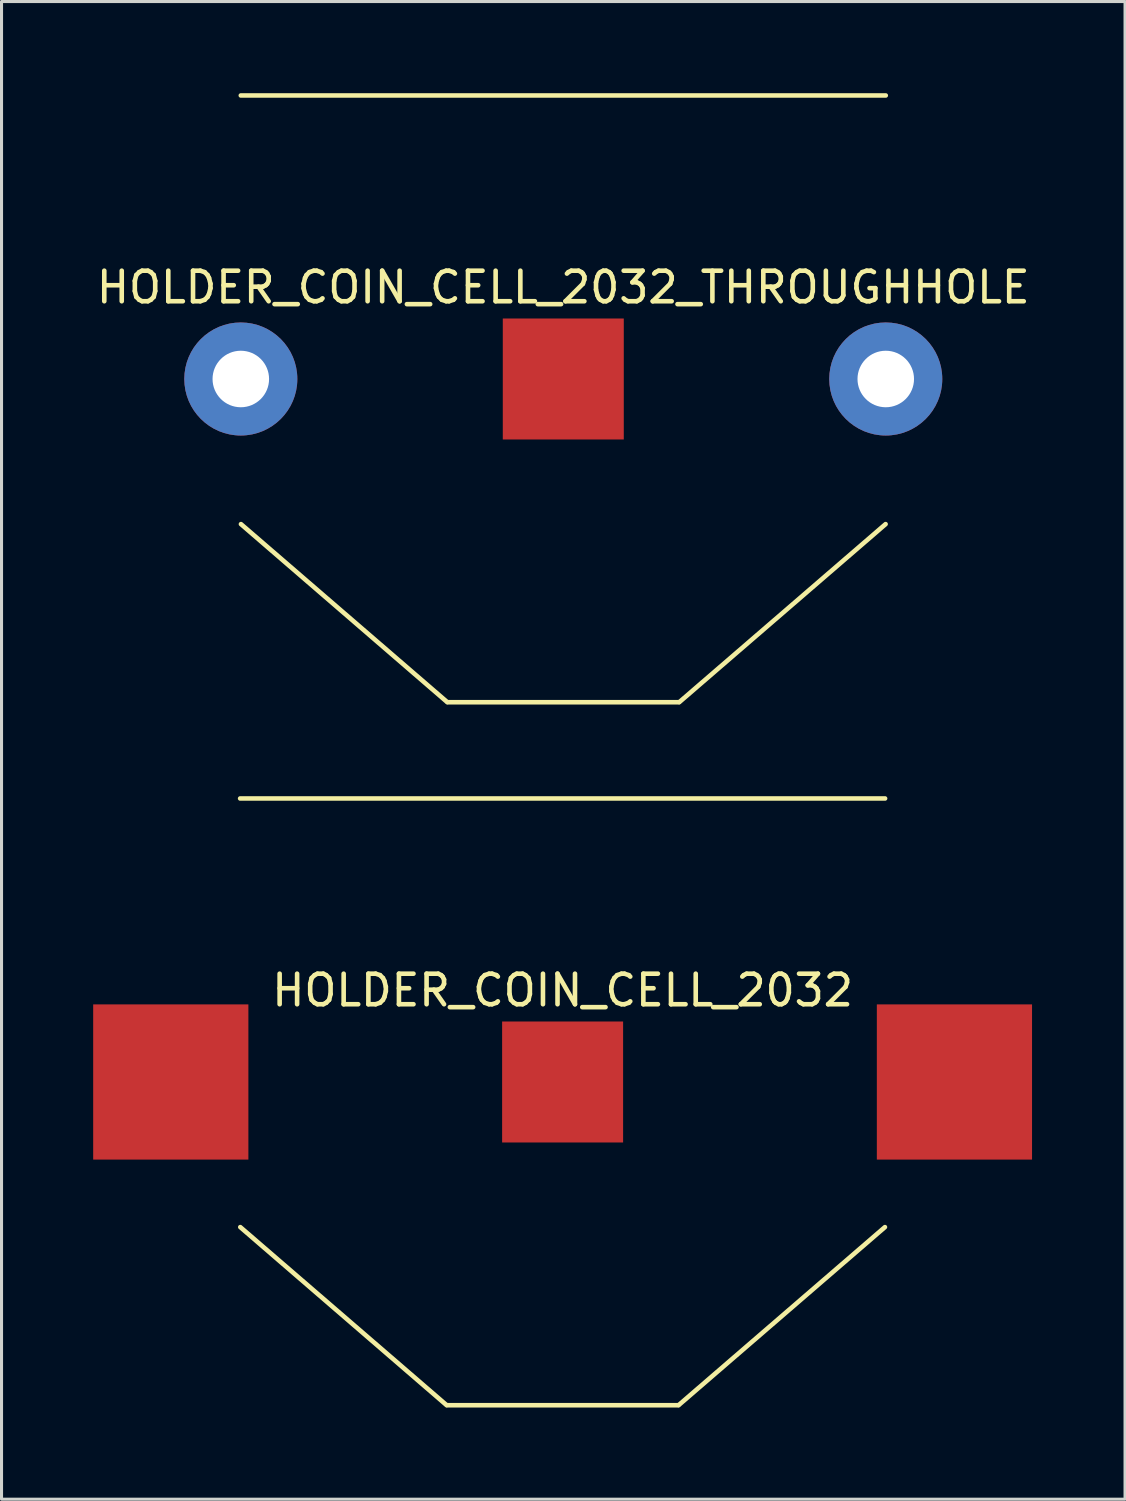
<source format=kicad_pcb>
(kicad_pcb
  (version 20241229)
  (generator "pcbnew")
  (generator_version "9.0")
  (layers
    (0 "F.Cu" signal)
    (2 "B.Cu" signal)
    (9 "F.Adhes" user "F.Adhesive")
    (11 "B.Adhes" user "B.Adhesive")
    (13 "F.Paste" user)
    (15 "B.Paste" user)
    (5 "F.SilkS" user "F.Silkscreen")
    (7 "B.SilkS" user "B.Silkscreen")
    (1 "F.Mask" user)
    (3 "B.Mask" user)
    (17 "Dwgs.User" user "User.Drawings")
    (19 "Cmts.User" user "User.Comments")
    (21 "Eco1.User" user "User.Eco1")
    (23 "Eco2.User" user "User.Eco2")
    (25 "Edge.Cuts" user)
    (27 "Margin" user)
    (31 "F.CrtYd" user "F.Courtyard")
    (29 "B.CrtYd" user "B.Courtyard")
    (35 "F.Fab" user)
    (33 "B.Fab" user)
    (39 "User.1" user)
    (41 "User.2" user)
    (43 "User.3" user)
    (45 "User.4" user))
  (footprint "HOLDER_COIN_CELL_2032_THROUGHHOLE"
    (layer "F.Cu")
    (at 15.387 9.355)
    (property "Reference" "HOLDER_COIN_CELL_2032_THROUGHHOLE" (at 0 -3 0) (layer "F.SilkS") (effects (font (size 1 1) (thickness 0.15))))
    (attr through_hole)
    (fp_line (start -10.555 -9.28) (end 10.555 -9.28) (stroke (width 0.15) (type solid)) (layer "F.SilkS"))
    (fp_line (start -3.8 10.575) (end -10.55 4.75) (stroke (width 0.15) (type solid)) (layer "F.SilkS"))
    (fp_line (start -3.785 10.58) (end 3.785 10.58) (stroke (width 0.15) (type solid)) (layer "F.SilkS"))
    (fp_line (start 3.8 10.575) (end 10.55 4.75) (stroke (width 0.15) (type solid)) (layer "F.SilkS"))
    (pad "1" thru_hole circle (at -10.555 0) (size 3.7 3.7) (drill 1.85) (layers "B.Cu" "B.Mask"))
    (pad "1" thru_hole circle (at 10.555 0) (size 3.7 3.7) (drill 1.85) (layers "B.Cu" "B.Mask"))
    (pad "2" smd rect (at 0 0) (size 3.96 3.96) (layers "F.Cu" "F.Mask" "F.Paste")))
  (footprint "HOLDER_COIN_CELL_2032"
    (layer "F.Cu")
    (at 15.365 32.365)
    (property "Reference" "HOLDER_COIN_CELL_2032" (at 0 -3 0) (layer "F.SilkS") (effects (font (size 1 1) (thickness 0.15))))
    (attr through_hole)
    (fp_line (start -10.555 -9.28) (end 10.555 -9.28) (stroke (width 0.15) (type solid)) (layer "F.SilkS"))
    (fp_line (start -3.8 10.575) (end -10.55 4.75) (stroke (width 0.15) (type solid)) (layer "F.SilkS"))
    (fp_line (start -3.785 10.58) (end 3.785 10.58) (stroke (width 0.15) (type solid)) (layer "F.SilkS"))
    (fp_line (start 3.8 10.575) (end 10.55 4.75) (stroke (width 0.15) (type solid)) (layer "F.SilkS"))
    (pad "1" smd rect (at -12.825 0) (size 5.08 5.08) (layers "F.Cu" "F.Mask" "F.Paste"))
    (pad "1" smd rect (at 12.825 0) (size 5.08 5.08) (layers "F.Cu" "F.Mask" "F.Paste"))
    (pad "2" smd rect (at 0 0) (size 3.96 3.96) (layers "F.Cu" "F.Mask" "F.Paste")))
  (gr_rect
    (start -3 -3)
    (end 33.774 46.02)
    (stroke (width 0.1) (type default))
    (fill no)
    (layer "Edge.Cuts")))
</source>
